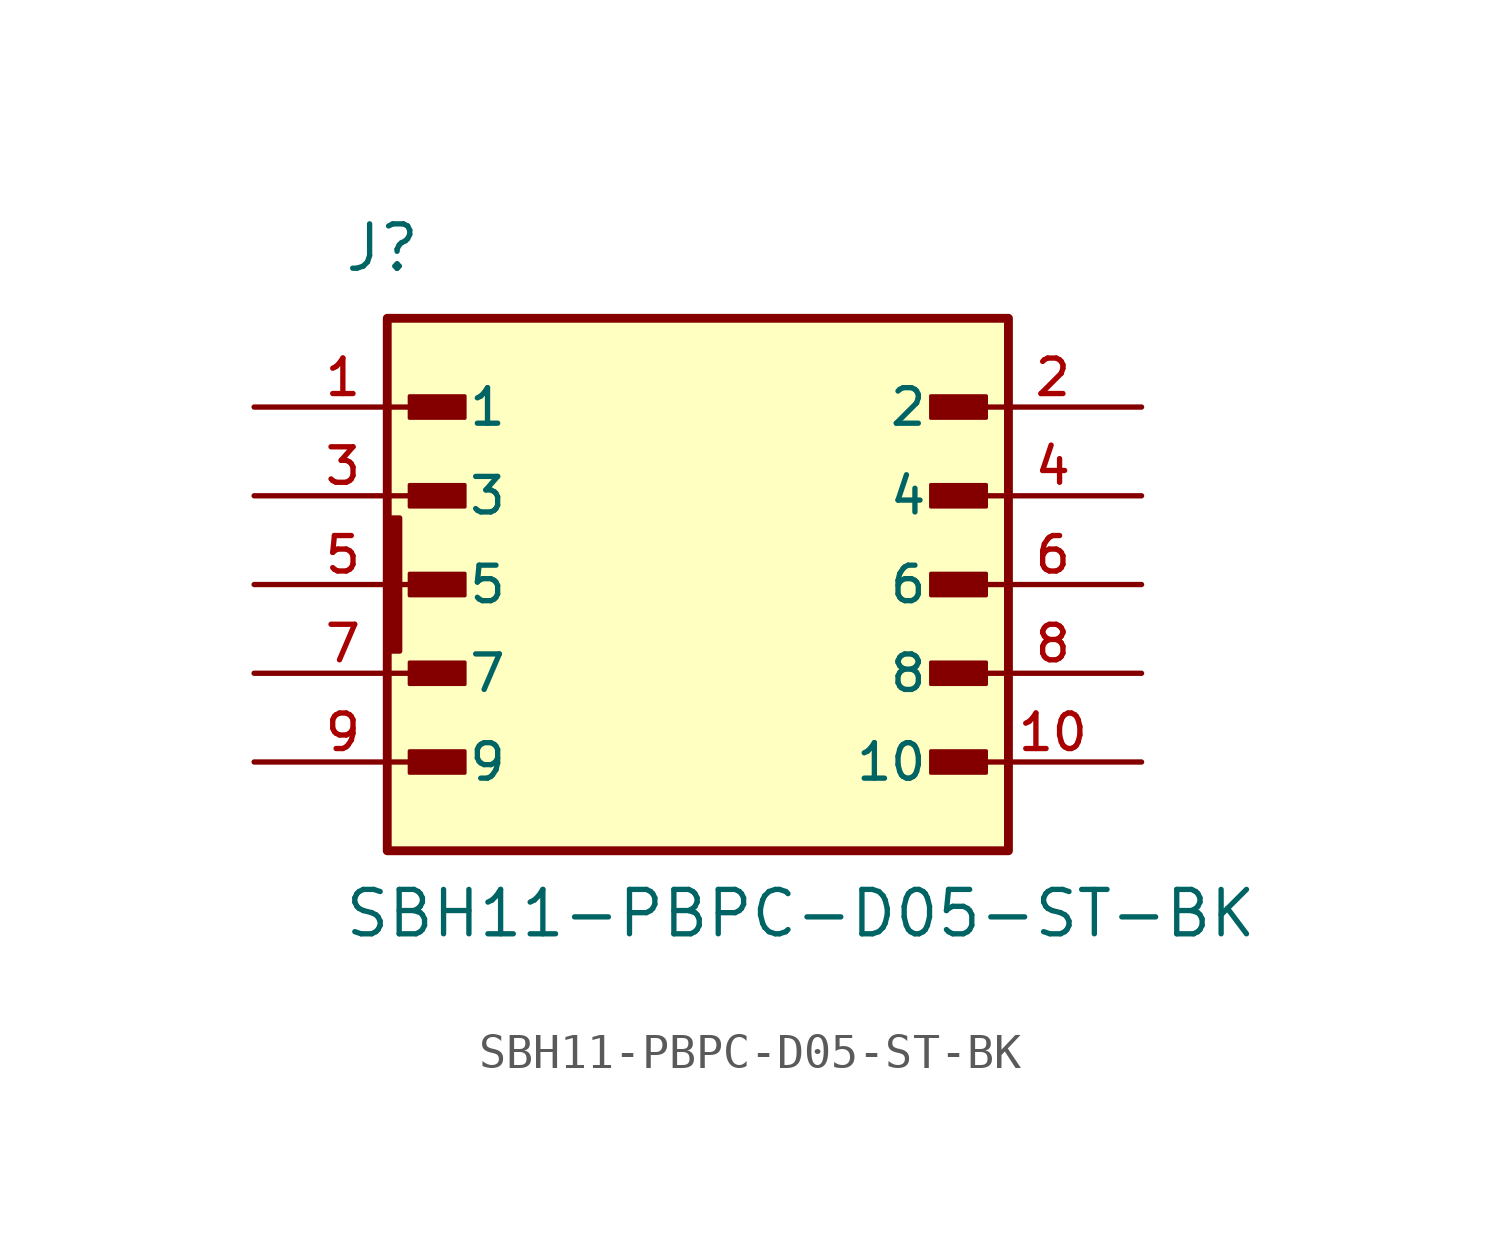
<source format=kicad_sym>
(kicad_symbol_lib
  (version 20231120)
  (generator "kicad_symbol_editor")
  (generator_version "8.0")
  (symbol "SBH11-PBPC-D05-ST-BK"
    (pin_names
      (offset 1.016))
    (property "Reference" "J"
      (at -10.16 8.89 0)
      (effects (font (size 1.27 1.27)) (justify left bottom)))
    (property "Value" "SBH11-PBPC-D05-ST-BK"
      (at -10.16 -10.16 0)
      (effects (font (size 1.27 1.27)) (justify left bottom)))
    (symbol "SBH11-PBPC-D05-ST-BK_0_0"
      (rectangle (start -8.89 7.62) (end 8.89 -7.62) (stroke (width 0.254) (type default)) (fill (type background)))
      (rectangle (start -8.255 -5.397) (end -6.668 -4.763) (stroke (width 0.1) (type default)) (fill (type outline)))
      (rectangle (start -8.255 -2.857) (end -6.668 -2.223) (stroke (width 0.1) (type default)) (fill (type outline)))
      (rectangle (start -8.255 -0.318) (end -6.668 0.318) (stroke (width 0.1) (type default)) (fill (type outline)))
      (rectangle (start -8.255 2.223) (end -6.668 2.857) (stroke (width 0.1) (type default)) (fill (type outline)))
      (rectangle (start -8.255 4.763) (end -6.668 5.397) (stroke (width 0.1) (type default)) (fill (type outline)))
      (rectangle (start 6.668 -5.397) (end 8.255 -4.763) (stroke (width 0.1) (type default)) (fill (type outline)))
      (rectangle (start 6.668 -2.857) (end 8.255 -2.223) (stroke (width 0.1) (type default)) (fill (type outline)))
      (rectangle (start 6.668 -0.318) (end 8.255 0.318) (stroke (width 0.1) (type default)) (fill (type outline)))
      (rectangle (start 6.668 2.223) (end 8.255 2.857) (stroke (width 0.1) (type default)) (fill (type outline)))
      (rectangle (start 6.668 4.763) (end 8.255 5.397) (stroke (width 0.1) (type default)) (fill (type outline)))
      (pin passive line (at -12.7 5.08 0) (length 5.08) (name "1" (effects (font (size 1.016 1.016)))) (number "1" (effects (font (size 1.016 1.016)))))
      (pin passive line (at 12.7 -5.08 180) (length 5.08) (name "10" (effects (font (size 1.016 1.016)))) (number "10" (effects (font (size 1.016 1.016)))))
      (pin passive line (at 12.7 5.08 180) (length 5.08) (name "2" (effects (font (size 1.016 1.016)))) (number "2" (effects (font (size 1.016 1.016)))))
      (pin passive line (at -12.7 2.54 0) (length 5.08) (name "3" (effects (font (size 1.016 1.016)))) (number "3" (effects (font (size 1.016 1.016)))))
      (pin passive line (at 12.7 2.54 180) (length 5.08) (name "4" (effects (font (size 1.016 1.016)))) (number "4" (effects (font (size 1.016 1.016)))))
      (pin passive line (at -12.7 0 0) (length 5.08) (name "5" (effects (font (size 1.016 1.016)))) (number "5" (effects (font (size 1.016 1.016)))))
      (pin passive line (at 12.7 0 180) (length 5.08) (name "6" (effects (font (size 1.016 1.016)))) (number "6" (effects (font (size 1.016 1.016)))))
      (pin passive line (at -12.7 -2.54 0) (length 5.08) (name "7" (effects (font (size 1.016 1.016)))) (number "7" (effects (font (size 1.016 1.016)))))
      (pin passive line (at 12.7 -2.54 180) (length 5.08) (name "8" (effects (font (size 1.016 1.016)))) (number "8" (effects (font (size 1.016 1.016)))))
      (pin passive line (at -12.7 -5.08 0) (length 5.08) (name "9" (effects (font (size 1.016 1.016)))) (number "9" (effects (font (size 1.016 1.016))))))
    (symbol "SBH11-PBPC-D05-ST-BK_1_1"
      (rectangle (start -8.89 1.905) (end -8.534 -1.905) (stroke (width 0) (type default)) (fill (type outline))))))
</source>
